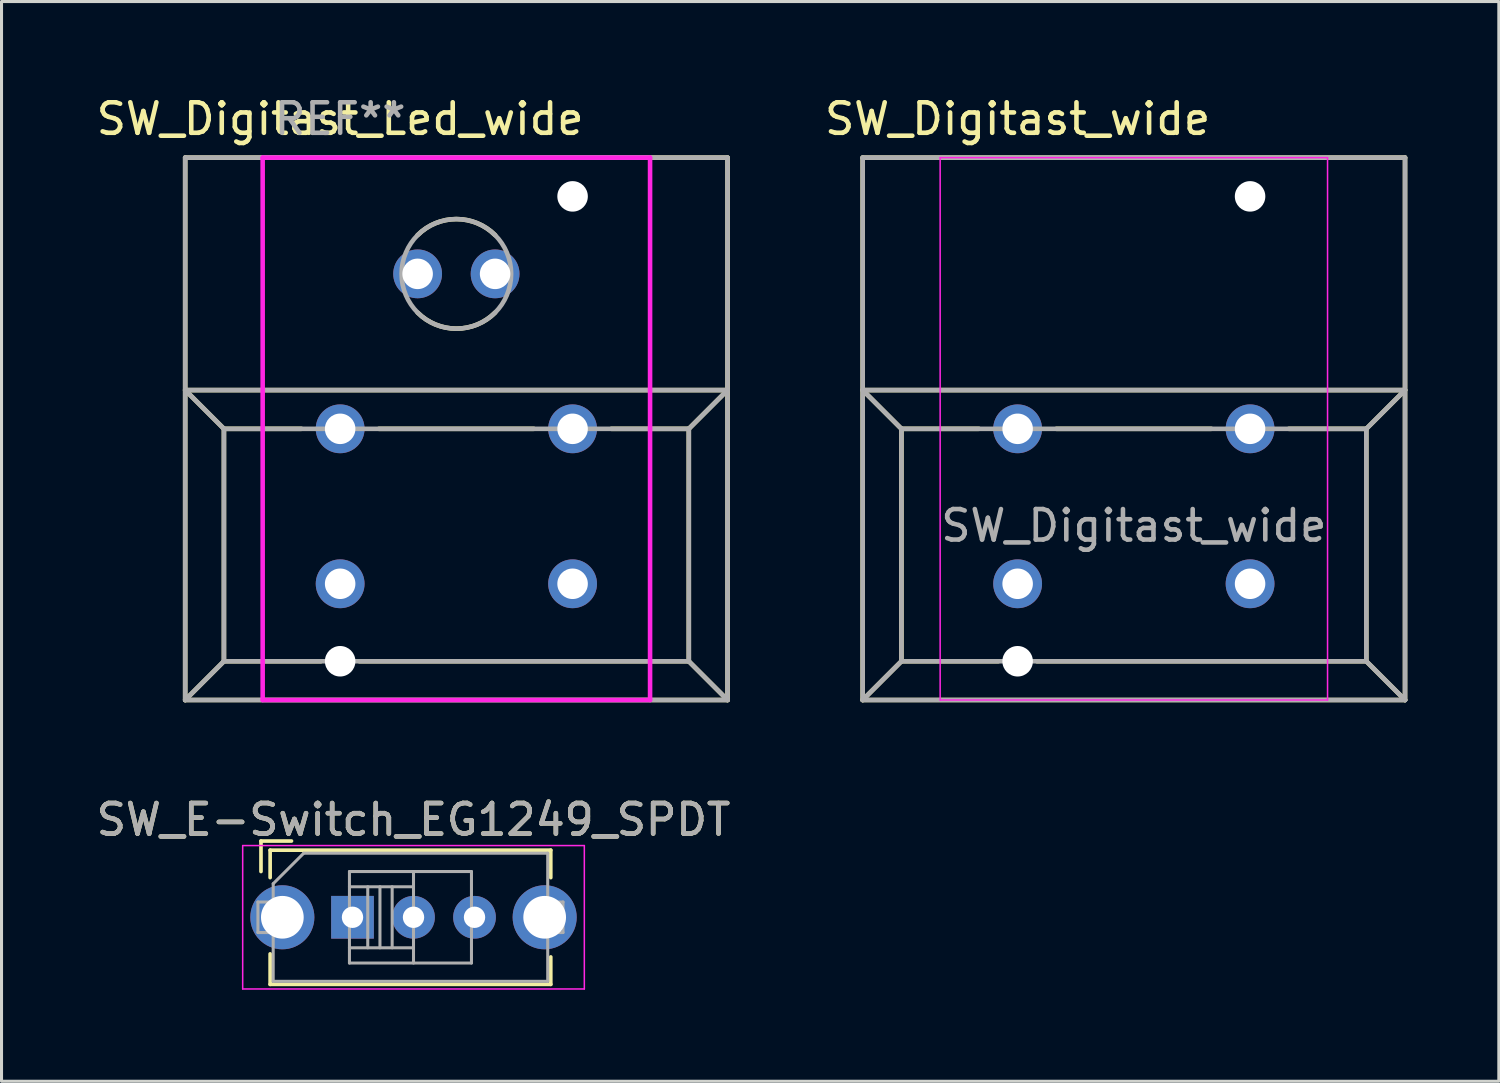
<source format=kicad_pcb>
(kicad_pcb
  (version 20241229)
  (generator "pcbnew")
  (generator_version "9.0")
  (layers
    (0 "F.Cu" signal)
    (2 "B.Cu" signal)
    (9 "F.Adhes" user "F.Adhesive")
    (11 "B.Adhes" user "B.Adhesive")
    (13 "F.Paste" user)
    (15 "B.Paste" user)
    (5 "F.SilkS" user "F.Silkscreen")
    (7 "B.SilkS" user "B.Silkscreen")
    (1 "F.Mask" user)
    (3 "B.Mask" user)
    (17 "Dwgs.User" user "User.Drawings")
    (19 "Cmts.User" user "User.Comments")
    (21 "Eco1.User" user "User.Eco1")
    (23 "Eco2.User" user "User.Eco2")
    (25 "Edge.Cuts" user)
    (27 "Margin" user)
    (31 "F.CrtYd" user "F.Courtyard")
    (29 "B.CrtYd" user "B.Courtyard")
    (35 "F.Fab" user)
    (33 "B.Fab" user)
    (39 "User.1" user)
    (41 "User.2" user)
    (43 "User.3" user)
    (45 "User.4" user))
  (footprint "SW_E-Switch_EG1249_SPDT"
    (layer "F.Cu")
    (at 8.506 27.021)
    (property "Reference" "SW_E-Switch_EG1249_SPDT" (at 2 -3.2 0) (layer "F.SilkS") (effects (font (size 1 1) (thickness 0.15))))
    (attr through_hole)
    (fp_line (start -3 -2.5) (end -3 -1.5) (stroke (width 0.12) (type solid)) (layer "F.SilkS"))
    (fp_line (start -3 -2.5) (end -2 -2.5) (stroke (width 0.12) (type solid)) (layer "F.SilkS"))
    (fp_line (start -2.7 -2.2) (end -2.7 -1.3) (stroke (width 0.12) (type solid)) (layer "F.SilkS"))
    (fp_line (start -2.7 1.2) (end -2.7 2.2) (stroke (width 0.12) (type solid)) (layer "F.SilkS"))
    (fp_line (start -2.7 2.2) (end 6.5 2.2) (stroke (width 0.12) (type solid)) (layer "F.SilkS"))
    (fp_line (start 6.5 -2.2) (end -2.7 -2.2) (stroke (width 0.12) (type solid)) (layer "F.SilkS"))
    (fp_line (start 6.5 -1.3) (end 6.5 -2.2) (stroke (width 0.12) (type solid)) (layer "F.SilkS"))
    (fp_line (start 6.5 2.2) (end 6.5 1.3) (stroke (width 0.12) (type solid)) (layer "F.SilkS"))
    (fp_line (start -3.6 -2.35) (end 7.6 -2.35) (stroke (width 0.05) (type solid)) (layer "F.CrtYd"))
    (fp_line (start -3.6 2.35) (end -3.6 -2.35) (stroke (width 0.05) (type solid)) (layer "F.CrtYd"))
    (fp_line (start 7.6 -2.35) (end 7.6 2.35) (stroke (width 0.05) (type solid)) (layer "F.CrtYd"))
    (fp_line (start 7.6 2.35) (end -3.6 2.35) (stroke (width 0.05) (type solid)) (layer "F.CrtYd"))
    (fp_line (start -3.1 -0.5) (end -3.1 0.5) (stroke (width 0.1) (type solid)) (layer "F.Fab"))
    (fp_line (start -3.1 0.5) (end -2.6 0.5) (stroke (width 0.1) (type solid)) (layer "F.Fab"))
    (fp_line (start -2.6 -1.1) (end -1.6 -2.1) (stroke (width 0.1) (type solid)) (layer "F.Fab"))
    (fp_line (start -2.6 -0.5) (end -3.1 -0.5) (stroke (width 0.1) (type solid)) (layer "F.Fab"))
    (fp_line (start -2.6 2.1) (end -2.6 -1.1) (stroke (width 0.1) (type solid)) (layer "F.Fab"))
    (fp_line (start -1.6 -2.1) (end 6.4 -2.1) (stroke (width 0.1) (type solid)) (layer "F.Fab"))
    (fp_line (start -0.1 -1.5) (end 3.9 -1.5) (stroke (width 0.1) (type solid)) (layer "F.Fab"))
    (fp_line (start -0.1 -1) (end 2 -1) (stroke (width 0.1) (type solid)) (layer "F.Fab"))
    (fp_line (start -0.1 1) (end 2 1) (stroke (width 0.1) (type solid)) (layer "F.Fab"))
    (fp_line (start -0.1 1.5) (end -0.1 -1.5) (stroke (width 0.1) (type solid)) (layer "F.Fab"))
    (fp_line (start 0.5 -1) (end 0.5 1) (stroke (width 0.1) (type solid)) (layer "F.Fab"))
    (fp_line (start 0.9 -1) (end 0.9 1) (stroke (width 0.1) (type solid)) (layer "F.Fab"))
    (fp_line (start 1.3 -1) (end 1.3 1) (stroke (width 0.1) (type solid)) (layer "F.Fab"))
    (fp_line (start 2 -1.5) (end 2 1.5) (stroke (width 0.1) (type solid)) (layer "F.Fab"))
    (fp_line (start 3.9 -1.5) (end 3.9 1.5) (stroke (width 0.1) (type solid)) (layer "F.Fab"))
    (fp_line (start 3.9 1.5) (end -0.1 1.5) (stroke (width 0.1) (type solid)) (layer "F.Fab"))
    (fp_line (start 6.4 -2.1) (end 6.4 2.1) (stroke (width 0.1) (type solid)) (layer "F.Fab"))
    (fp_line (start 6.4 -0.5) (end 6.9 -0.5) (stroke (width 0.1) (type solid)) (layer "F.Fab"))
    (fp_line (start 6.4 2.1) (end -2.6 2.1) (stroke (width 0.1) (type solid)) (layer "F.Fab"))
    (fp_line (start 6.9 -0.5) (end 6.9 0.5) (stroke (width 0.1) (type solid)) (layer "F.Fab"))
    (fp_line (start 6.9 0.5) (end 6.4 0.5) (stroke (width 0.1) (type solid)) (layer "F.Fab"))
    (fp_text user "${REFERENCE}" (at 2 -3.2 0) (layer "F.Fab") (effects (font (size 1 1) (thickness 0.15))))
    (pad "1" thru_hole rect (at 0 0) (size 1.4 1.4) (drill 0.7) (layers "*.Cu" "*.Mask"))
    (pad "2" thru_hole circle (at 2 0) (size 1.4 1.4) (drill 0.7) (layers "*.Cu" "*.Mask"))
    (pad "3" thru_hole circle (at 4 0) (size 1.4 1.4) (drill 0.7) (layers "*.Cu" "*.Mask"))
    (pad "MP" thru_hole circle (at -2.3 0) (size 2.1 2.1) (drill 1.4) (layers "*.Cu" "*.Mask"))
    (pad "MP" thru_hole circle (at 6.3 0) (size 2.1 2.1) (drill 1.4) (layers "*.Cu" "*.Mask")))
  (footprint "SW_Digitast_wide"
    (layer "F.Cu")
    (at 34.121 11.008)
    (property "Reference" "SW_Digitast_wide" (at -3.81 -10.16 0) (layer "F.SilkS") (effects (font (size 1 1) (thickness 0.15))))
    (attr through_hole)
    (fp_line (start -8.89 -8.89) (end -8.89 8.89) (stroke (width 0.15) (type solid)) (layer "F.SilkS"))
    (fp_line (start -8.89 -1.27) (end 8.89 -1.27) (stroke (width 0.15) (type solid)) (layer "F.SilkS"))
    (fp_line (start -8.89 8.89) (end 8.89 8.89) (stroke (width 0.15) (type solid)) (layer "F.SilkS"))
    (fp_line (start -7.62 0) (end -8.89 -1.27) (stroke (width 0.15) (type solid)) (layer "F.SilkS"))
    (fp_line (start -7.62 0) (end -7.62 7.62) (stroke (width 0.15) (type solid)) (layer "F.SilkS"))
    (fp_line (start -7.62 7.62) (end -8.89 8.89) (stroke (width 0.15) (type solid)) (layer "F.SilkS"))
    (fp_line (start -7.62 7.62) (end -4.445 7.62) (stroke (width 0.15) (type solid)) (layer "F.SilkS"))
    (fp_line (start -5.08 0) (end -7.62 0) (stroke (width 0.15) (type solid)) (layer "F.SilkS"))
    (fp_line (start -3.175 7.62) (end 7.62 7.62) (stroke (width 0.15) (type solid)) (layer "F.SilkS"))
    (fp_line (start 2.54 0) (end -2.54 0) (stroke (width 0.15) (type solid)) (layer "F.SilkS"))
    (fp_line (start 5.08 0) (end 7.62 0) (stroke (width 0.15) (type solid)) (layer "F.SilkS"))
    (fp_line (start 7.62 0) (end 8.89 -1.27) (stroke (width 0.15) (type solid)) (layer "F.SilkS"))
    (fp_line (start 7.62 7.62) (end 7.62 0) (stroke (width 0.15) (type solid)) (layer "F.SilkS"))
    (fp_line (start 7.62 7.62) (end 8.89 8.89) (stroke (width 0.15) (type solid)) (layer "F.SilkS"))
    (fp_line (start 8.89 -8.89) (end -8.89 -8.89) (stroke (width 0.15) (type solid)) (layer "F.SilkS"))
    (fp_line (start 8.89 8.89) (end 8.89 -8.89) (stroke (width 0.15) (type solid)) (layer "F.SilkS"))
    (fp_line (start -6.35 -8.89) (end -6.35 8.89) (stroke (width 0.05) (type solid)) (layer "F.CrtYd"))
    (fp_line (start -6.35 8.89) (end 6.35 8.89) (stroke (width 0.05) (type solid)) (layer "F.CrtYd"))
    (fp_line (start 6.35 -8.89) (end -6.35 -8.89) (stroke (width 0.05) (type solid)) (layer "F.CrtYd"))
    (fp_line (start 6.35 8.89) (end 6.35 -8.89) (stroke (width 0.05) (type solid)) (layer "F.CrtYd"))
    (fp_line (start -8.89 -8.89) (end -8.89 8.89) (stroke (width 0.15) (type solid)) (layer "F.Fab"))
    (fp_line (start -8.89 -1.27) (end -7.62 0) (stroke (width 0.15) (type solid)) (layer "F.Fab"))
    (fp_line (start -8.89 -1.27) (end 8.89 -1.27) (stroke (width 0.15) (type solid)) (layer "F.Fab"))
    (fp_line (start -8.89 8.89) (end -7.62 7.62) (stroke (width 0.15) (type solid)) (layer "F.Fab"))
    (fp_line (start -8.89 8.89) (end 8.89 8.89) (stroke (width 0.15) (type solid)) (layer "F.Fab"))
    (fp_line (start -7.62 0) (end -7.62 7.62) (stroke (width 0.15) (type solid)) (layer "F.Fab"))
    (fp_line (start -7.62 0) (end 7.62 0) (stroke (width 0.15) (type solid)) (layer "F.Fab"))
    (fp_line (start -7.62 7.62) (end 7.62 7.62) (stroke (width 0.15) (type solid)) (layer "F.Fab"))
    (fp_line (start 7.62 0) (end 7.62 7.62) (stroke (width 0.15) (type solid)) (layer "F.Fab"))
    (fp_line (start 7.62 0) (end 8.89 -1.27) (stroke (width 0.15) (type solid)) (layer "F.Fab"))
    (fp_line (start 7.62 7.62) (end 8.89 8.89) (stroke (width 0.15) (type solid)) (layer "F.Fab"))
    (fp_line (start 8.89 -8.89) (end -8.89 -8.89) (stroke (width 0.15) (type solid)) (layer "F.Fab"))
    (fp_line (start 8.89 8.89) (end 8.89 -8.89) (stroke (width 0.15) (type solid)) (layer "F.Fab"))
    (fp_text user "${REFERENCE}" (at 0 3.175 0) (layer "F.Fab") (effects (font (size 1 1) (thickness 0.15))))
    (pad "" np_thru_hole circle (at -3.81 7.62) (size 1 1) (drill 1) (layers "*.Cu" "*.Mask"))
    (pad "" np_thru_hole circle (at 3.81 -7.62) (size 1 1) (drill 1) (layers "*.Cu" "*.Mask"))
    (pad "1" thru_hole circle (at 3.81 5.08) (size 1.6 1.6) (drill 1) (layers "*.Cu" "*.Mask"))
    (pad "2" thru_hole circle (at -3.81 0) (size 1.6 1.6) (drill 1) (layers "*.Cu" "*.Mask"))
    (pad "2" thru_hole circle (at 3.81 0) (size 1.6 1.6) (drill 1) (layers "*.Cu" "*.Mask"))
    (pad "3" thru_hole circle (at -3.81 5.08) (size 1.6 1.6) (drill 1) (layers "*.Cu" "*.Mask")))
  (footprint "SW_Digitast_Led_wide"
    (layer "F.Cu")
    (at 11.911 11.008)
    (property "Reference" "SW_Digitast_Led_wide" (at -3.81 -10.16 0) (layer "F.SilkS") (effects (font (size 1 1) (thickness 0.15))))
    (attr through_hole)
    (fp_line (start -8.89 -8.89) (end -8.89 8.89) (stroke (width 0.15) (type solid)) (layer "F.SilkS"))
    (fp_line (start -8.89 -1.27) (end 8.89 -1.27) (stroke (width 0.15) (type solid)) (layer "F.SilkS"))
    (fp_line (start -8.89 8.89) (end 8.89 8.89) (stroke (width 0.15) (type solid)) (layer "F.SilkS"))
    (fp_line (start -7.62 0) (end -8.89 -1.27) (stroke (width 0.15) (type solid)) (layer "F.SilkS"))
    (fp_line (start -7.62 0) (end -7.62 7.62) (stroke (width 0.15) (type solid)) (layer "F.SilkS"))
    (fp_line (start -7.62 7.62) (end -8.89 8.89) (stroke (width 0.15) (type solid)) (layer "F.SilkS"))
    (fp_line (start -7.62 7.62) (end -4.445 7.62) (stroke (width 0.15) (type solid)) (layer "F.SilkS"))
    (fp_line (start -5.08 0) (end -7.62 0) (stroke (width 0.15) (type solid)) (layer "F.SilkS"))
    (fp_line (start -3.175 7.62) (end 7.62 7.62) (stroke (width 0.15) (type solid)) (layer "F.SilkS"))
    (fp_line (start 2.54 0) (end -2.54 0) (stroke (width 0.15) (type solid)) (layer "F.SilkS"))
    (fp_line (start 5.08 0) (end 7.62 0) (stroke (width 0.15) (type solid)) (layer "F.SilkS"))
    (fp_line (start 7.62 0) (end 8.89 -1.27) (stroke (width 0.15) (type solid)) (layer "F.SilkS"))
    (fp_line (start 7.62 7.62) (end 7.62 0) (stroke (width 0.15) (type solid)) (layer "F.SilkS"))
    (fp_line (start 7.62 7.62) (end 8.89 8.89) (stroke (width 0.15) (type solid)) (layer "F.SilkS"))
    (fp_line (start 8.89 -8.89) (end -8.89 -8.89) (stroke (width 0.15) (type solid)) (layer "F.SilkS"))
    (fp_line (start 8.89 8.89) (end 8.89 -8.89) (stroke (width 0.15) (type solid)) (layer "F.SilkS"))
    (fp_arc (start -1.27 -6.35) (mid 0 -6.876051) (end 1.27 -6.35) (stroke (width 0.15) (type solid)) (layer "F.SilkS"))
    (fp_arc (start 1.27 -3.81) (mid 0 -3.283949) (end -1.27 -3.81) (stroke (width 0.15) (type solid)) (layer "F.SilkS"))
    (fp_line (start -6.35 -8.89) (end 6.35 -8.89) (stroke (width 0.15) (type solid)) (layer "F.CrtYd"))
    (fp_line (start -6.35 8.89) (end -6.35 -8.89) (stroke (width 0.15) (type solid)) (layer "F.CrtYd"))
    (fp_line (start 6.35 -8.89) (end 6.35 8.89) (stroke (width 0.15) (type solid)) (layer "F.CrtYd"))
    (fp_line (start 6.35 8.89) (end -6.35 8.89) (stroke (width 0.15) (type solid)) (layer "F.CrtYd"))
    (fp_line (start -8.89 -8.89) (end -8.89 8.89) (stroke (width 0.15) (type solid)) (layer "F.Fab"))
    (fp_line (start -8.89 -1.27) (end -7.62 0) (stroke (width 0.15) (type solid)) (layer "F.Fab"))
    (fp_line (start -8.89 -1.27) (end 8.89 -1.27) (stroke (width 0.15) (type solid)) (layer "F.Fab"))
    (fp_line (start -8.89 8.89) (end -7.62 7.62) (stroke (width 0.15) (type solid)) (layer "F.Fab"))
    (fp_line (start -8.89 8.89) (end 8.89 8.89) (stroke (width 0.15) (type solid)) (layer "F.Fab"))
    (fp_line (start -7.62 0) (end -7.62 7.62) (stroke (width 0.15) (type solid)) (layer "F.Fab"))
    (fp_line (start -7.62 0) (end 7.62 0) (stroke (width 0.15) (type solid)) (layer "F.Fab"))
    (fp_line (start -7.62 7.62) (end 7.62 7.62) (stroke (width 0.15) (type solid)) (layer "F.Fab"))
    (fp_line (start 7.62 0) (end 7.62 7.62) (stroke (width 0.15) (type solid)) (layer "F.Fab"))
    (fp_line (start 7.62 0) (end 8.89 -1.27) (stroke (width 0.15) (type solid)) (layer "F.Fab"))
    (fp_line (start 7.62 7.62) (end 8.89 8.89) (stroke (width 0.15) (type solid)) (layer "F.Fab"))
    (fp_line (start 8.89 -8.89) (end -8.89 -8.89) (stroke (width 0.15) (type solid)) (layer "F.Fab"))
    (fp_line (start 8.89 8.89) (end 8.89 -8.89) (stroke (width 0.15) (type solid)) (layer "F.Fab"))
    (fp_circle (center 0 -5.08) (end 1.27 -3.81) (stroke (width 0.15) (type solid)) (fill no) (layer "F.Fab"))
    (fp_text user "REF**" (at -3.81 -10.16 0) (layer "F.Fab") (effects (font (size 1 1) (thickness 0.15))))
    (pad "" np_thru_hole circle (at -3.81 7.62) (size 1 1) (drill 1) (layers "*.Cu" "*.Mask"))
    (pad "" np_thru_hole circle (at 3.81 -7.62) (size 1 1) (drill 1) (layers "*.Cu" "*.Mask"))
    (pad "1" thru_hole circle (at 3.81 5.08) (size 1.6 1.6) (drill 1) (layers "*.Cu" "*.Mask"))
    (pad "2" thru_hole circle (at -3.81 0) (size 1.6 1.6) (drill 1) (layers "*.Cu" "*.Mask"))
    (pad "2" thru_hole circle (at 3.81 0) (size 1.6 1.6) (drill 1) (layers "*.Cu" "*.Mask"))
    (pad "3" thru_hole circle (at -3.81 5.08) (size 1.6 1.6) (drill 1) (layers "*.Cu" "*.Mask"))
    (pad "A1" thru_hole circle (at -1.27 -5.08) (size 1.6 1.6) (drill 1) (layers "*.Cu" "*.Mask"))
    (pad "C1" thru_hole circle (at 1.27 -5.08) (size 1.6 1.6) (drill 1) (layers "*.Cu" "*.Mask")))
  (gr_rect
    (start -3 -3)
    (end 46.086 32.397)
    (stroke (width 0.1) (type default))
    (fill no)
    (layer "Edge.Cuts")))
</source>
